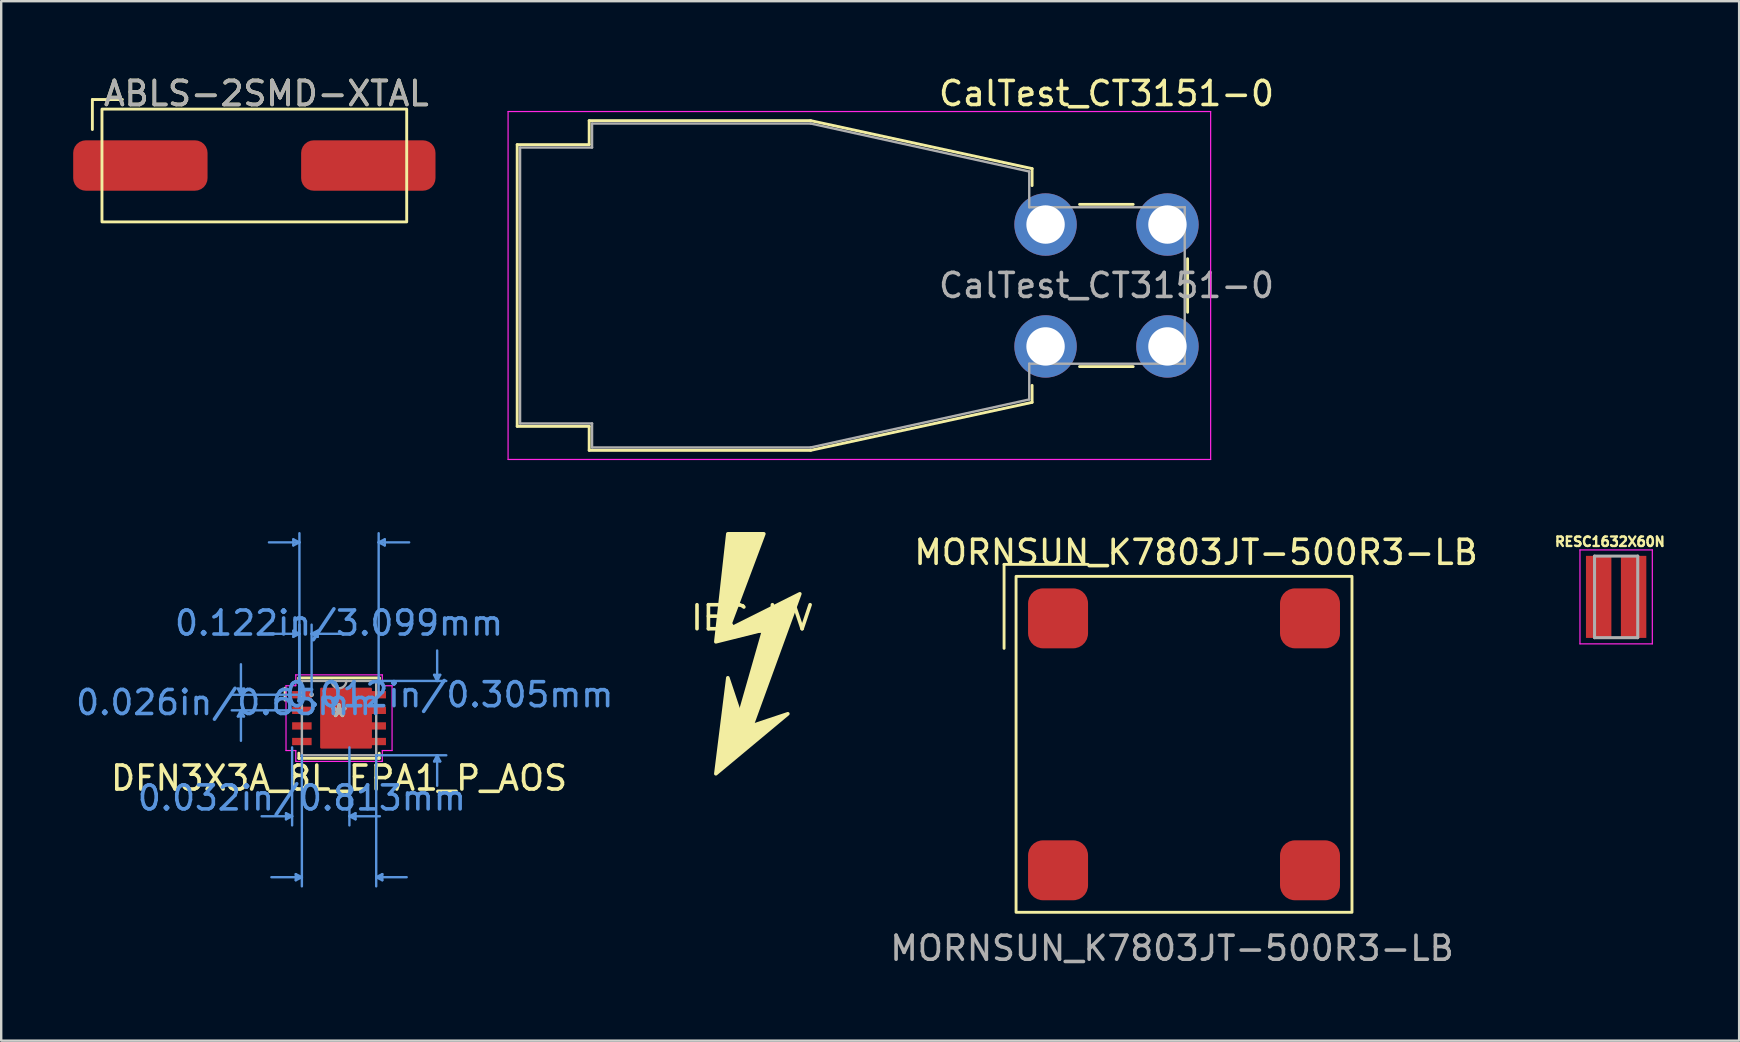
<source format=kicad_pcb>
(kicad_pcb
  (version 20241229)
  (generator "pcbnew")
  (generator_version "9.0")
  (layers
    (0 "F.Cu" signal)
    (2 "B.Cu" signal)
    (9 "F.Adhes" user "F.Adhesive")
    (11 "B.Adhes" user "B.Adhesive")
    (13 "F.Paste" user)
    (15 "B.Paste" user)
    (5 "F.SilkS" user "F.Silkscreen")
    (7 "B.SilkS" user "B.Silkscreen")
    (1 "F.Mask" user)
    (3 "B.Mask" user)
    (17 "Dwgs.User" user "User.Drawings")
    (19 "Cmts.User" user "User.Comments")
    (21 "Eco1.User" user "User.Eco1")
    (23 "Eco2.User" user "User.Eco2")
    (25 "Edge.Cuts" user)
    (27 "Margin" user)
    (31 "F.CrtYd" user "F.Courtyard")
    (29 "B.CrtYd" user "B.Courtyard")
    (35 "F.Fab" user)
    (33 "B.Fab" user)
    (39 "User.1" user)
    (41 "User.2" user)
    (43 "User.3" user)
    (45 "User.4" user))
  (footprint "IEC_HV"
    (layer "F.Cu")
    (at 28.284 23.198)
    (property "Reference" "IEC_HV" (at 0 -0.5 0) (unlocked yes) (layer "F.SilkS") (effects (font (size 1 1) (thickness 0.15))))
    (attr smd)
    (fp_poly (pts (xy -0.5 3.5) (xy 0 4) (xy 1.5 3.5) (xy -1.5 6) (xy -1 2)) (stroke (width 0.15) (type solid)) (fill yes) (layer "F.SilkS"))
    (fp_poly (pts (xy -1 0) (xy 2 -1.5) (xy 0 4) (xy -0.5 3.5) (xy 0.5 0) (xy -1.5 0.5) (xy -1 -4) (xy 0.5 -4)) (stroke (width 0.15) (type solid)) (fill yes) (layer "F.SilkS")))
  (footprint "RESC1632X60N"
    (layer "F.Cu")
    (at 64.305 21.826)
    (property "Reference" "RESC1632X60N" (at -0.26 -2.3 0) (layer "F.SilkS") (effects (font (size 0.394 0.394) (thickness 0.15))))
    (attr smd)
    (fp_line (start -1.508 -1.958) (end 1.508 -1.958) (stroke (width 0.05) (type solid)) (layer "F.CrtYd"))
    (fp_line (start -1.508 1.958) (end -1.508 -1.958) (stroke (width 0.05) (type solid)) (layer "F.CrtYd"))
    (fp_line (start -1.508 1.958) (end 1.508 1.958) (stroke (width 0.05) (type solid)) (layer "F.CrtYd"))
    (fp_line (start 1.508 1.958) (end 1.508 -1.958) (stroke (width 0.05) (type solid)) (layer "F.CrtYd"))
    (fp_line (start -0.9 1.7) (end -0.9 -1.7) (stroke (width 0.127) (type solid)) (layer "F.Fab"))
    (fp_line (start 0.9 -1.7) (end -0.9 -1.7) (stroke (width 0.127) (type solid)) (layer "F.Fab"))
    (fp_line (start 0.9 1.7) (end -0.9 1.7) (stroke (width 0.127) (type solid)) (layer "F.Fab"))
    (fp_line (start 0.9 1.7) (end 0.9 -1.7) (stroke (width 0.127) (type solid)) (layer "F.Fab"))
    (pad "1" smd rect (at -0.728 0) (size 1.06 3.42) (layers "F.Cu" "F.Mask" "F.Paste"))
    (pad "2" smd rect (at 0.728 0) (size 1.06 3.42) (layers "F.Cu" "F.Mask" "F.Paste")))
  (footprint "MORNSUN_K7803JT-500R3-LB"
    (layer "F.Cu")
    (at 46.296 27.971)
    (property "Reference" "MORNSUN_K7803JT-500R3-LB" (at 0.5 -8 0) (unlocked yes) (layer "F.SilkS") (effects (font (size 1 1) (thickness 0.15))))
    (attr smd)
    (fp_line (start -7.5 -7.5) (end -7.5 -4) (stroke (width 0.12) (type solid)) (layer "F.SilkS"))
    (fp_line (start -4 -7.5) (end -7.5 -7.5) (stroke (width 0.12) (type solid)) (layer "F.SilkS"))
    (fp_rect (start -7 -7) (end 7 7) (stroke (width 0.12) (type solid)) (fill no) (layer "F.SilkS"))
    (fp_text user "${REFERENCE}" (at -0.5 8.5 0) (unlocked yes) (layer "F.Fab") (effects (font (size 1 1) (thickness 0.15))))
    (pad "1" smd roundrect (at -5.25 -5.25) (size 2.5 2.5) (layers "F.Cu" "F.Mask" "F.Paste") (roundrect_rratio 0.25))
    (pad "2" smd roundrect (at -5.25 5.25) (size 2.5 2.5) (layers "F.Cu" "F.Mask" "F.Paste") (roundrect_rratio 0.25))
    (pad "3" smd roundrect (at 5.25 5.25) (size 2.5 2.5) (layers "F.Cu" "F.Mask" "F.Paste") (roundrect_rratio 0.25))
    (pad "4" smd roundrect (at 5.25 -5.25) (size 2.5 2.5) (layers "F.Cu" "F.Mask" "F.Paste") (roundrect_rratio 0.25)))
  (footprint "DFN3X3A_8L_EPA1_P_AOS"
    (layer "F.Cu")
    (at 11.08 26.879)
    (property "Reference" "DFN3X3A_8L_EPA1_P_AOS" (at 0 2.5 0) (layer "F.SilkS") (effects (font (size 1 1) (thickness 0.15))))
    (attr through_hole)
    (fp_poly (pts (xy 1.321 -1.219) (xy -0.737 -1.219) (xy -0.737 1.219) (xy 1.321 1.219)) (stroke (width 0.1) (type solid)) (fill yes) (layer "F.Cu"))
    (fp_poly (pts (xy 1.321 -1.219) (xy -0.737 -1.219) (xy -0.737 1.219) (xy 1.321 1.219)) (stroke (width 0.1) (type solid)) (fill yes) (layer "F.Mask"))
    (fp_line (start -2.25 -0.75) (end -2.25 -1.25) (stroke (width 0.12) (type solid)) (layer "F.SilkS"))
    (fp_line (start -1.676 -1.676) (end -1.676 -1.46) (stroke (width 0.12) (type solid)) (layer "F.SilkS"))
    (fp_line (start -1.676 1.46) (end -1.676 1.676) (stroke (width 0.12) (type solid)) (layer "F.SilkS"))
    (fp_line (start -1.676 1.676) (end 1.676 1.676) (stroke (width 0.12) (type solid)) (layer "F.SilkS"))
    (fp_line (start 1.676 -1.676) (end -1.676 -1.676) (stroke (width 0.12) (type solid)) (layer "F.SilkS"))
    (fp_line (start 1.676 -1.46) (end 1.676 -1.676) (stroke (width 0.12) (type solid)) (layer "F.SilkS"))
    (fp_line (start 1.676 1.676) (end 1.676 1.46) (stroke (width 0.12) (type solid)) (layer "F.SilkS"))
    (fp_poly (pts (xy 1.321 -1.219) (xy -0.737 -1.219) (xy -0.737 1.219) (xy 1.321 1.219)) (stroke (width 0.1) (type solid)) (fill yes) (layer "F.Paste"))
    (fp_line (start -4.216 -1.229) (end -3.962 -1.229) (stroke (width 0.1) (type solid)) (layer "Cmts.User"))
    (fp_line (start -4.216 -0.071) (end -3.962 -0.071) (stroke (width 0.1) (type solid)) (layer "Cmts.User"))
    (fp_line (start -4.089 -0.975) (end -4.216 -1.229) (stroke (width 0.1) (type solid)) (layer "Cmts.User"))
    (fp_line (start -4.089 -0.975) (end -4.089 -2.245) (stroke (width 0.1) (type solid)) (layer "Cmts.User"))
    (fp_line (start -4.089 -0.975) (end -3.962 -1.229) (stroke (width 0.1) (type solid)) (layer "Cmts.User"))
    (fp_line (start -4.089 -0.325) (end -4.216 -0.071) (stroke (width 0.1) (type solid)) (layer "Cmts.User"))
    (fp_line (start -4.089 -0.325) (end -4.089 0.945) (stroke (width 0.1) (type solid)) (layer "Cmts.User"))
    (fp_line (start -4.089 -0.325) (end -3.962 -0.071) (stroke (width 0.1) (type solid)) (layer "Cmts.User"))
    (fp_line (start -2.21 3.962) (end -2.21 4.216) (stroke (width 0.1) (type solid)) (layer "Cmts.User"))
    (fp_line (start -1.956 1.219) (end -1.956 4.47) (stroke (width 0.1) (type solid)) (layer "Cmts.User"))
    (fp_line (start -1.956 4.089) (end -3.226 4.089) (stroke (width 0.1) (type solid)) (layer "Cmts.User"))
    (fp_line (start -1.956 4.089) (end -2.21 3.962) (stroke (width 0.1) (type solid)) (layer "Cmts.User"))
    (fp_line (start -1.956 4.089) (end -2.21 4.216) (stroke (width 0.1) (type solid)) (layer "Cmts.User"))
    (fp_line (start -1.905 -7.452) (end -1.905 -7.198) (stroke (width 0.1) (type solid)) (layer "Cmts.User"))
    (fp_line (start -1.905 -3.642) (end -1.905 -3.388) (stroke (width 0.1) (type solid)) (layer "Cmts.User"))
    (fp_line (start -1.803 6.502) (end -1.803 6.756) (stroke (width 0.1) (type solid)) (layer "Cmts.User"))
    (fp_line (start -1.651 -7.325) (end -2.921 -7.325) (stroke (width 0.1) (type solid)) (layer "Cmts.User"))
    (fp_line (start -1.651 -7.325) (end -1.905 -7.452) (stroke (width 0.1) (type solid)) (layer "Cmts.User"))
    (fp_line (start -1.651 -7.325) (end -1.905 -7.198) (stroke (width 0.1) (type solid)) (layer "Cmts.User"))
    (fp_line (start -1.651 -3.515) (end -2.921 -3.515) (stroke (width 0.1) (type solid)) (layer "Cmts.User"))
    (fp_line (start -1.651 -3.515) (end -1.905 -3.642) (stroke (width 0.1) (type solid)) (layer "Cmts.User"))
    (fp_line (start -1.651 -3.515) (end -1.905 -3.388) (stroke (width 0.1) (type solid)) (layer "Cmts.User"))
    (fp_line (start -1.651 -0.975) (end -1.651 -7.706) (stroke (width 0.1) (type solid)) (layer "Cmts.User"))
    (fp_line (start -1.651 -0.975) (end -1.651 -3.896) (stroke (width 0.1) (type solid)) (layer "Cmts.User"))
    (fp_line (start -1.549 -0.975) (end -4.47 -0.975) (stroke (width 0.1) (type solid)) (layer "Cmts.User"))
    (fp_line (start -1.549 -0.325) (end -4.47 -0.325) (stroke (width 0.1) (type solid)) (layer "Cmts.User"))
    (fp_line (start -1.549 1.549) (end -1.549 7.01) (stroke (width 0.1) (type solid)) (layer "Cmts.User"))
    (fp_line (start -1.549 6.629) (end -2.819 6.629) (stroke (width 0.1) (type solid)) (layer "Cmts.User"))
    (fp_line (start -1.549 6.629) (end -1.803 6.502) (stroke (width 0.1) (type solid)) (layer "Cmts.User"))
    (fp_line (start -1.549 6.629) (end -1.803 6.756) (stroke (width 0.1) (type solid)) (layer "Cmts.User"))
    (fp_line (start -1.143 -3.515) (end -0.889 -3.642) (stroke (width 0.1) (type solid)) (layer "Cmts.User"))
    (fp_line (start -1.143 -3.515) (end -0.889 -3.388) (stroke (width 0.1) (type solid)) (layer "Cmts.User"))
    (fp_line (start -1.143 -3.515) (end 0.127 -3.515) (stroke (width 0.1) (type solid)) (layer "Cmts.User"))
    (fp_line (start -1.143 -0.975) (end -1.143 -3.896) (stroke (width 0.1) (type solid)) (layer "Cmts.User"))
    (fp_line (start -0.889 -3.642) (end -0.889 -3.388) (stroke (width 0.1) (type solid)) (layer "Cmts.User"))
    (fp_line (start 0.432 1.219) (end 0.432 4.47) (stroke (width 0.1) (type solid)) (layer "Cmts.User"))
    (fp_line (start 0.432 4.089) (end 0.686 3.962) (stroke (width 0.1) (type solid)) (layer "Cmts.User"))
    (fp_line (start 0.432 4.089) (end 0.686 4.216) (stroke (width 0.1) (type solid)) (layer "Cmts.User"))
    (fp_line (start 0.432 4.089) (end 1.702 4.089) (stroke (width 0.1) (type solid)) (layer "Cmts.User"))
    (fp_line (start 0.686 3.962) (end 0.686 4.216) (stroke (width 0.1) (type solid)) (layer "Cmts.User"))
    (fp_line (start 1.549 -1.549) (end 4.47 -1.549) (stroke (width 0.1) (type solid)) (layer "Cmts.User"))
    (fp_line (start 1.549 1.549) (end 1.549 7.01) (stroke (width 0.1) (type solid)) (layer "Cmts.User"))
    (fp_line (start 1.549 1.549) (end 4.47 1.549) (stroke (width 0.1) (type solid)) (layer "Cmts.User"))
    (fp_line (start 1.549 6.629) (end 1.803 6.502) (stroke (width 0.1) (type solid)) (layer "Cmts.User"))
    (fp_line (start 1.549 6.629) (end 1.803 6.756) (stroke (width 0.1) (type solid)) (layer "Cmts.User"))
    (fp_line (start 1.549 6.629) (end 2.819 6.629) (stroke (width 0.1) (type solid)) (layer "Cmts.User"))
    (fp_line (start 1.651 -7.325) (end 1.905 -7.452) (stroke (width 0.1) (type solid)) (layer "Cmts.User"))
    (fp_line (start 1.651 -7.325) (end 1.905 -7.198) (stroke (width 0.1) (type solid)) (layer "Cmts.User"))
    (fp_line (start 1.651 -7.325) (end 2.921 -7.325) (stroke (width 0.1) (type solid)) (layer "Cmts.User"))
    (fp_line (start 1.651 -0.975) (end 1.651 -7.706) (stroke (width 0.1) (type solid)) (layer "Cmts.User"))
    (fp_line (start 1.803 6.502) (end 1.803 6.756) (stroke (width 0.1) (type solid)) (layer "Cmts.User"))
    (fp_line (start 1.905 -7.452) (end 1.905 -7.198) (stroke (width 0.1) (type solid)) (layer "Cmts.User"))
    (fp_line (start 3.962 -1.803) (end 4.216 -1.803) (stroke (width 0.1) (type solid)) (layer "Cmts.User"))
    (fp_line (start 3.962 1.803) (end 4.216 1.803) (stroke (width 0.1) (type solid)) (layer "Cmts.User"))
    (fp_line (start 4.089 -1.549) (end 3.962 -1.803) (stroke (width 0.1) (type solid)) (layer "Cmts.User"))
    (fp_line (start 4.089 -1.549) (end 4.089 -2.819) (stroke (width 0.1) (type solid)) (layer "Cmts.User"))
    (fp_line (start 4.089 -1.549) (end 4.216 -1.803) (stroke (width 0.1) (type solid)) (layer "Cmts.User"))
    (fp_line (start 4.089 1.549) (end 3.962 1.803) (stroke (width 0.1) (type solid)) (layer "Cmts.User"))
    (fp_line (start 4.089 1.549) (end 4.089 2.819) (stroke (width 0.1) (type solid)) (layer "Cmts.User"))
    (fp_line (start 4.089 1.549) (end 4.216 1.803) (stroke (width 0.1) (type solid)) (layer "Cmts.User"))
    (fp_line (start -2.21 -1.351) (end -1.803 -1.351) (stroke (width 0.05) (type solid)) (layer "F.CrtYd"))
    (fp_line (start -2.21 1.351) (end -2.21 -1.351) (stroke (width 0.05) (type solid)) (layer "F.CrtYd"))
    (fp_line (start -2.21 1.351) (end -1.803 1.351) (stroke (width 0.05) (type solid)) (layer "F.CrtYd"))
    (fp_line (start -1.803 -1.803) (end 1.803 -1.803) (stroke (width 0.05) (type solid)) (layer "F.CrtYd"))
    (fp_line (start -1.803 -1.351) (end -1.803 -1.803) (stroke (width 0.05) (type solid)) (layer "F.CrtYd"))
    (fp_line (start -1.803 1.803) (end -1.803 1.351) (stroke (width 0.05) (type solid)) (layer "F.CrtYd"))
    (fp_line (start 1.803 -1.803) (end 1.803 -1.351) (stroke (width 0.05) (type solid)) (layer "F.CrtYd"))
    (fp_line (start 1.803 1.351) (end 1.803 1.803) (stroke (width 0.05) (type solid)) (layer "F.CrtYd"))
    (fp_line (start 1.803 1.803) (end -1.803 1.803) (stroke (width 0.05) (type solid)) (layer "F.CrtYd"))
    (fp_line (start 2.21 -1.351) (end 1.803 -1.351) (stroke (width 0.05) (type solid)) (layer "F.CrtYd"))
    (fp_line (start 2.21 -1.351) (end 2.21 1.351) (stroke (width 0.05) (type solid)) (layer "F.CrtYd"))
    (fp_line (start 2.21 1.351) (end 1.803 1.351) (stroke (width 0.05) (type solid)) (layer "F.CrtYd"))
    (fp_line (start -1.549 -1.549) (end -1.549 1.549) (stroke (width 0.1) (type solid)) (layer "F.Fab"))
    (fp_line (start -1.549 1.549) (end 1.549 1.549) (stroke (width 0.1) (type solid)) (layer "F.Fab"))
    (fp_line (start 1.549 -1.549) (end -1.549 -1.549) (stroke (width 0.1) (type solid)) (layer "F.Fab"))
    (fp_line (start 1.549 1.549) (end 1.549 -1.549) (stroke (width 0.1) (type solid)) (layer "F.Fab"))
    (fp_arc (start 0.3048 -1.5494) (mid 0 -1.2446) (end -0.3048 -1.5494) (stroke (width 0.1) (type solid)) (layer "F.Fab"))
    (fp_circle (center -1.143 -0.975) (end -1.143 -0.975) (stroke (width 0.1) (type solid)) (fill no) (layer "F.Fab"))
    (fp_text user "*" (at 0 0 0) (layer "F.SilkS") (effects (font (size 1 1) (thickness 0.15))))
    (fp_text user "0.012in/0.305mm" (at 4.597 -0.975 0) (layer "Cmts.User") (effects (font (size 1 1) (thickness 0.15))))
    (fp_text user "Copyright 2021 Accelerated Designs. All rights reserved." (at 0 0 0) (layer "Cmts.User") (effects (font (size 0.127 0.127) (thickness 0.002))))
    (fp_text user "0.026in/0.65mm" (at -4.597 -0.65 0) (layer "Cmts.User") (effects (font (size 1 1) (thickness 0.15))))
    (fp_text user "0.122in/3.099mm" (at 0 -3.962 0) (layer "Cmts.User") (effects (font (size 1 1) (thickness 0.15))))
    (fp_text user "0.032in/0.813mm" (at -1.549 3.327 0) (layer "Cmts.User") (effects (font (size 1 1) (thickness 0.15))))
    (fp_text user "*" (at 0 0 0) (layer "F.Fab") (effects (font (size 1 1) (thickness 0.15))))
    (pad "1" smd rect (at -1.549 -0.975) (size 0.813 0.305) (layers "F.Cu" "F.Mask" "F.Paste"))
    (pad "2" smd rect (at -1.549 -0.325) (size 0.813 0.305) (layers "F.Cu" "F.Mask" "F.Paste"))
    (pad "3" smd rect (at -1.549 0.325) (size 0.813 0.305) (layers "F.Cu" "F.Mask" "F.Paste"))
    (pad "4" smd rect (at -1.549 0.975) (size 0.813 0.305) (layers "F.Cu" "F.Mask" "F.Paste"))
    (pad "5" smd rect (at 1.549 0.975) (size 0.813 0.305) (layers "F.Cu" "F.Mask" "F.Paste"))
    (pad "6" smd rect (at 1.549 0.325) (size 0.813 0.305) (layers "F.Cu" "F.Mask" "F.Paste"))
    (pad "7" smd rect (at 1.549 -0.325) (size 0.813 0.305) (layers "F.Cu" "F.Mask" "F.Paste"))
    (pad "8" smd rect (at 1.549 -0.975) (size 0.813 0.305) (layers "F.Cu" "F.Mask" "F.Paste")))
  (footprint "CalTest_CT3151-0"
    (layer "F.Cu")
    (at 40.525 6.308)
    (property "Reference" "CalTest_CT3151-0" (at 2.54 -5.46 0) (layer "F.SilkS") (effects (font (size 1 1) (thickness 0.15))))
    (attr through_hole)
    (fp_line (start -22.02 -3.33) (end -19.02 -3.33) (stroke (width 0.12) (type solid)) (layer "F.SilkS"))
    (fp_line (start -22.02 8.41) (end -22.02 -3.33) (stroke (width 0.12) (type solid)) (layer "F.SilkS"))
    (fp_line (start -19.02 -4.33) (end -9.79 -4.33) (stroke (width 0.12) (type solid)) (layer "F.SilkS"))
    (fp_line (start -19.02 -3.33) (end -19.02 -4.33) (stroke (width 0.12) (type solid)) (layer "F.SilkS"))
    (fp_line (start -19.02 8.41) (end -22.02 8.41) (stroke (width 0.12) (type solid)) (layer "F.SilkS"))
    (fp_line (start -19.02 9.41) (end -19.02 8.41) (stroke (width 0.12) (type solid)) (layer "F.SilkS"))
    (fp_line (start -9.79 -4.33) (end -0.561 -2.33) (stroke (width 0.12) (type solid)) (layer "F.SilkS"))
    (fp_line (start -9.79 9.41) (end -19.02 9.41) (stroke (width 0.12) (type solid)) (layer "F.SilkS"))
    (fp_line (start -0.561 -2.33) (end -0.561 -1.623) (stroke (width 0.12) (type solid)) (layer "F.SilkS"))
    (fp_line (start -0.561 6.703) (end -0.561 7.41) (stroke (width 0.12) (type solid)) (layer "F.SilkS"))
    (fp_line (start -0.561 7.41) (end -9.79 9.41) (stroke (width 0.12) (type solid)) (layer "F.SilkS"))
    (fp_line (start 1.417 -0.84) (end 3.652 -0.84) (stroke (width 0.12) (type solid)) (layer "F.SilkS"))
    (fp_line (start 3.653 5.92) (end 1.417 5.92) (stroke (width 0.12) (type solid)) (layer "F.SilkS"))
    (fp_line (start 5.92 1.425) (end 5.92 3.656) (stroke (width 0.12) (type solid)) (layer "F.SilkS"))
    (fp_line (start -22.4 -4.71) (end -22.4 9.79) (stroke (width 0.05) (type solid)) (layer "F.CrtYd"))
    (fp_line (start -22.4 9.79) (end 6.88 9.79) (stroke (width 0.05) (type solid)) (layer "F.CrtYd"))
    (fp_line (start 6.88 -4.71) (end -22.4 -4.71) (stroke (width 0.05) (type solid)) (layer "F.CrtYd"))
    (fp_line (start 6.88 9.79) (end 6.88 -4.71) (stroke (width 0.05) (type solid)) (layer "F.CrtYd"))
    (fp_line (start -21.9 -3.21) (end -18.9 -3.21) (stroke (width 0.1) (type solid)) (layer "F.Fab"))
    (fp_line (start -21.9 8.29) (end -21.9 -3.21) (stroke (width 0.1) (type solid)) (layer "F.Fab"))
    (fp_line (start -18.9 -4.21) (end -9.79 -4.21) (stroke (width 0.1) (type solid)) (layer "F.Fab"))
    (fp_line (start -18.9 -3.21) (end -18.9 -4.21) (stroke (width 0.1) (type solid)) (layer "F.Fab"))
    (fp_line (start -18.9 8.29) (end -21.9 8.29) (stroke (width 0.1) (type solid)) (layer "F.Fab"))
    (fp_line (start -18.9 9.29) (end -18.9 8.29) (stroke (width 0.1) (type solid)) (layer "F.Fab"))
    (fp_line (start -9.79 -4.21) (end -0.68 -2.21) (stroke (width 0.1) (type solid)) (layer "F.Fab"))
    (fp_line (start -9.79 9.29) (end -18.9 9.29) (stroke (width 0.1) (type solid)) (layer "F.Fab"))
    (fp_line (start -0.68 -2.21) (end -0.68 -0.72) (stroke (width 0.1) (type solid)) (layer "F.Fab"))
    (fp_line (start -0.68 -0.72) (end 5.8 -0.72) (stroke (width 0.1) (type solid)) (layer "F.Fab"))
    (fp_line (start -0.68 5.8) (end -0.68 7.29) (stroke (width 0.1) (type solid)) (layer "F.Fab"))
    (fp_line (start -0.68 7.29) (end -9.79 9.29) (stroke (width 0.1) (type solid)) (layer "F.Fab"))
    (fp_line (start 5.8 -0.72) (end 5.8 5.8) (stroke (width 0.1) (type solid)) (layer "F.Fab"))
    (fp_line (start 5.8 5.8) (end -0.68 5.8) (stroke (width 0.1) (type solid)) (layer "F.Fab"))
    (fp_text user "${REFERENCE}" (at 2.54 2.54 0) (layer "F.Fab") (effects (font (size 1 1) (thickness 0.15))))
    (pad "1" thru_hole circle (at 0 0) (size 2.6 2.6) (drill 1.6) (layers "*.Cu" "*.Mask"))
    (pad "1" thru_hole circle (at 0 5.08) (size 2.6 2.6) (drill 1.6) (layers "*.Cu" "*.Mask"))
    (pad "1" thru_hole circle (at 5.08 0) (size 2.6 2.6) (drill 1.6) (layers "*.Cu" "*.Mask"))
    (pad "1" thru_hole circle (at 5.08 5.08) (size 2.6 2.6) (drill 1.6) (layers "*.Cu" "*.Mask")))
  (footprint "ABLS-2SMD-XTAL"
    (layer "F.Cu")
    (at 7.55 3.848)
    (property "Reference" "ABLS-2SMD-XTAL" (at 0.5 -3 0) (unlocked yes) (layer "F.SilkS") (effects (font (size 1 1) (thickness 0.15))))
    (attr smd)
    (fp_line (start -6.75 -2.75) (end -5.5 -2.75) (stroke (width 0.12) (type solid)) (layer "F.SilkS"))
    (fp_line (start -6.75 -1.5) (end -6.75 -2.75) (stroke (width 0.12) (type solid)) (layer "F.SilkS"))
    (fp_rect (start -6.35 -2.35) (end 6.35 2.35) (stroke (width 0.12) (type solid)) (fill no) (layer "F.SilkS"))
    (fp_text user "${REFERENCE}" (at 0.5 -3 0) (unlocked yes) (layer "F.Fab") (effects (font (size 1 1) (thickness 0.15))))
    (pad "1" smd roundrect (at -4.75 0) (size 5.6 2.1) (layers "F.Cu" "F.Mask" "F.Paste") (roundrect_rratio 0.25))
    (pad "2" smd roundrect (at 4.75 0) (size 5.6 2.1) (layers "F.Cu" "F.Mask" "F.Paste") (roundrect_rratio 0.25)))
  (gr_rect
    (start -3 -3)
    (end 69.431 40.32)
    (stroke (width 0.1) (type default))
    (fill no)
    (layer "Edge.Cuts")))
</source>
